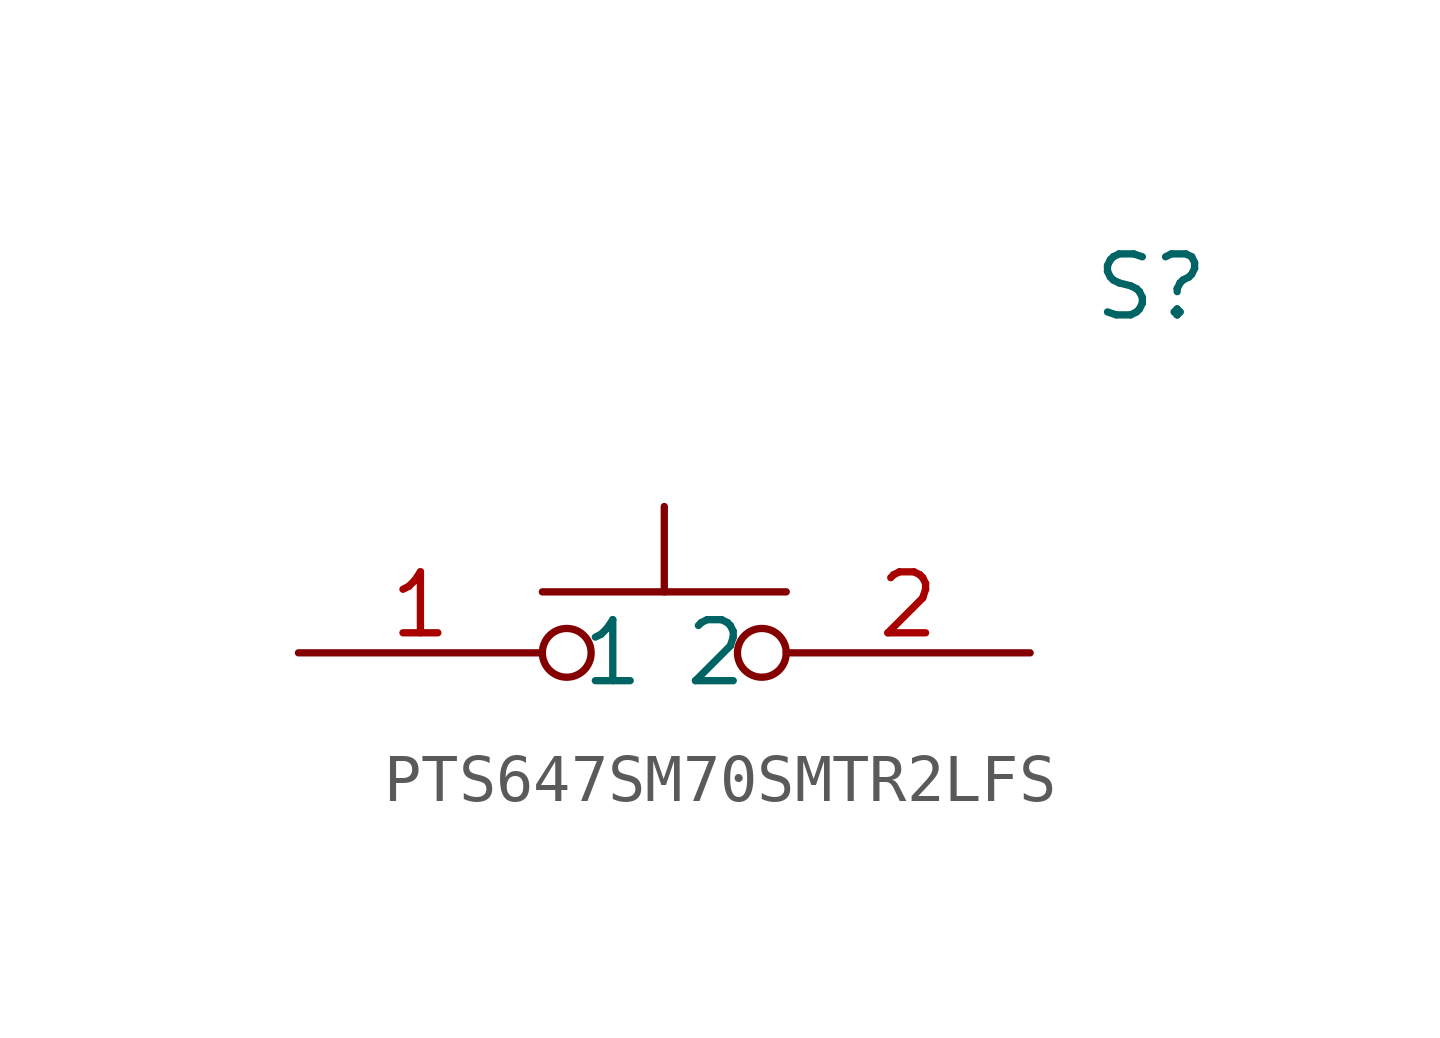
<source format=kicad_sym>
(kicad_symbol_lib
  (version 20211014)
  (generator kicad_symbol_editor)
  (symbol "PTS647SM70SMTR2LFS"
    (pin_names
      (offset 0.762))
    (property "Reference" "S"
      (at 16.51 7.62 0)
      (effects (font (size 1.27 1.27)) (justify left)))
    (symbol "PTS647SM70SMTR2LFS_0_0"
      (pin passive line (at 0 0 0) (length 5.08) (name "1" (effects (font (size 1.27 1.27)))) (number "1" (effects (font (size 1.27 1.27)))))
      (pin passive line (at 15.24 0 180) (length 5.08) (name "2" (effects (font (size 1.27 1.27)))) (number "2" (effects (font (size 1.27 1.27))))))
    (symbol "PTS647SM70SMTR2LFS_0_1"
      (polyline (pts (xy 7.62 1.27) (xy 7.62 3.048)) (stroke (width 0) (type default) (color 0 0 0 0)) (fill (type none)))
      (polyline (pts (xy 10.16 1.27) (xy 5.08 1.27)) (stroke (width 0) (type default) (color 0 0 0 0)) (fill (type none)))
      (circle (center 5.588 0) (radius 0.508) (stroke (width 0) (type default) (color 0 0 0 0)) (fill (type none)))
      (circle (center 9.652 0) (radius 0.508) (stroke (width 0) (type default) (color 0 0 0 0)) (fill (type none))))))
</source>
